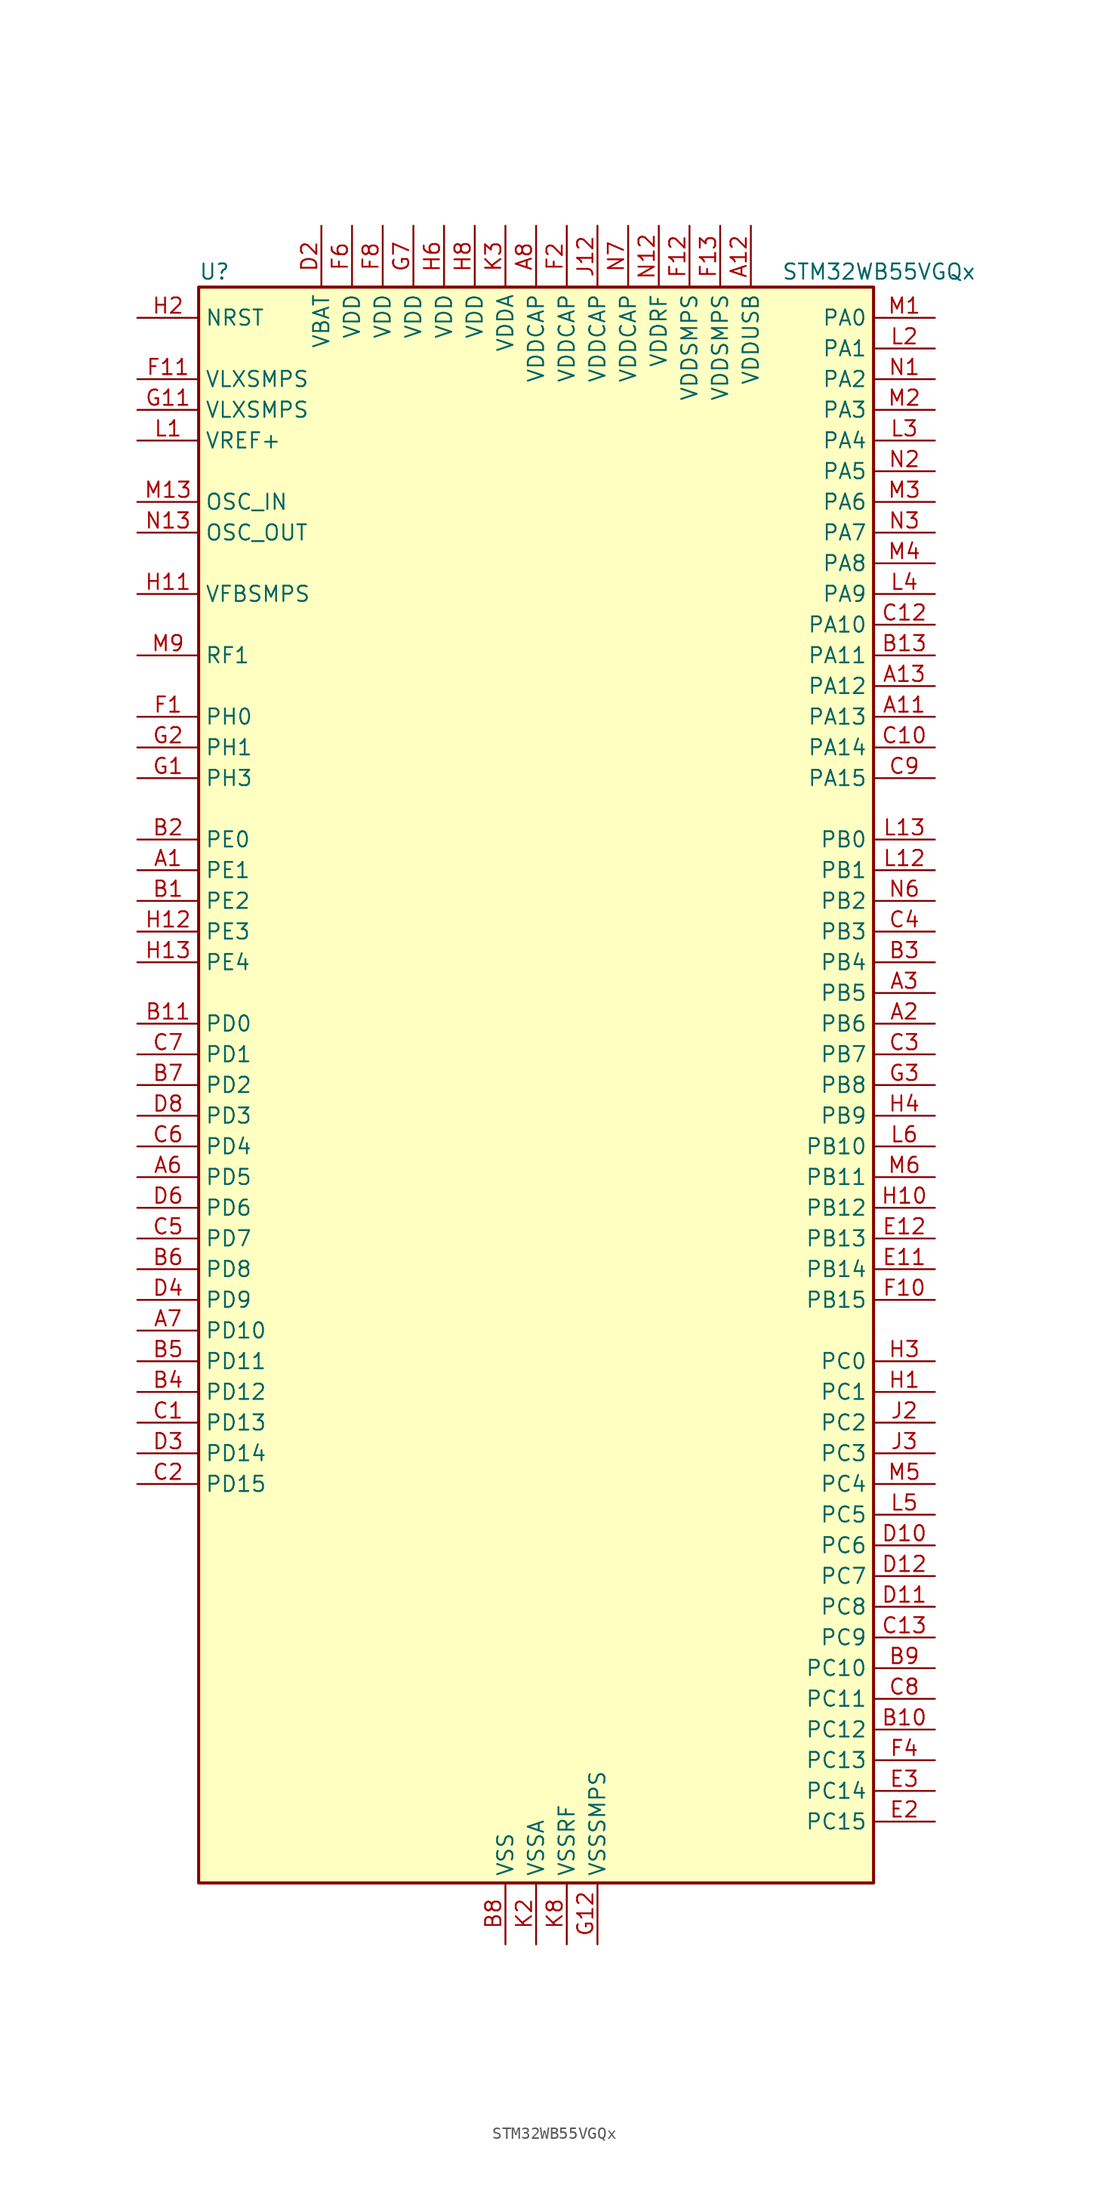
<source format=kicad_sym>
(kicad_symbol_lib
  (version 20231120)
  (generator "kicad_symbol_editor")
  (generator_version "8.0")
  (symbol "STM32WB55VGQx"
    (property "Reference" "U"
      (at -27.94 67.31 0)
      (effects (font (size 1.27 1.27)) (justify left)))
    (property "Value" "STM32WB55VGQx"
      (at 20.32 67.31 0)
      (effects (font (size 1.27 1.27)) (justify left)))
    (property "ki_locked" ""
      (at 0 0 0)
      (effects (font (size 1.27 1.27))))
    (symbol "STM32WB55VGQx_0_1"
      (rectangle (start -27.94 -66.04) (end 27.94 66.04) (stroke (width 0.254) (type default)) (fill (type background))))
    (symbol "STM32WB55VGQx_1_1"
      (pin bidirectional line (at -33.02 17.78 0) (length 5.08) (name "PE1" (effects (font (size 1.27 1.27)))) (number "A1" (effects (font (size 1.27 1.27)))) (alternate "LCD_SEG37" bidirectional line) (alternate "TIM17_CH1" bidirectional line) (alternate "TSC_G7_IO2" bidirectional line))
      (pin bidirectional line (at 33.02 30.48 180) (length 5.08) (name "PA13" (effects (font (size 1.27 1.27)))) (number "A11" (effects (font (size 1.27 1.27)))) (alternate "IR_OUT" bidirectional line) (alternate "SAI1_SD_B" bidirectional line) (alternate "SYS_JTMS-SWDIO" bidirectional line) (alternate "USB_NOE" bidirectional line))
      (pin power_in line (at 17.78 71.12 270) (length 5.08) (name "VDDUSB" (effects (font (size 1.27 1.27)))) (number "A12" (effects (font (size 1.27 1.27)))))
      (pin bidirectional line (at 33.02 33.02 180) (length 5.08) (name "PA12" (effects (font (size 1.27 1.27)))) (number "A13" (effects (font (size 1.27 1.27)))) (alternate "LPUART1_RX" bidirectional line) (alternate "SPI1_MOSI" bidirectional line) (alternate "TIM1_ETR" bidirectional line) (alternate "USART1_DE" bidirectional line) (alternate "USART1_RTS" bidirectional line) (alternate "USB_DP" bidirectional line))
      (pin bidirectional line (at 33.02 5.08 180) (length 5.08) (name "PB6" (effects (font (size 1.27 1.27)))) (number "A2" (effects (font (size 1.27 1.27)))) (alternate "COMP2_INP" bidirectional line) (alternate "I2C1_SCL" bidirectional line) (alternate "LCD_SEG6" bidirectional line) (alternate "LPTIM1_ETR" bidirectional line) (alternate "RCC_MCO" bidirectional line) (alternate "SAI1_FS_B" bidirectional line) (alternate "TIM16_CH1N" bidirectional line) (alternate "TSC_G2_IO3" bidirectional line) (alternate "USART1_TX" bidirectional line))
      (pin bidirectional line (at 33.02 7.62 180) (length 5.08) (name "PB5" (effects (font (size 1.27 1.27)))) (number "A3" (effects (font (size 1.27 1.27)))) (alternate "COMP2_OUT" bidirectional line) (alternate "I2C1_SMBA" bidirectional line) (alternate "LCD_SEG9" bidirectional line) (alternate "LPTIM1_IN1" bidirectional line) (alternate "LPUART1_TX" bidirectional line) (alternate "SAI1_SD_B" bidirectional line) (alternate "SPI1_MOSI" bidirectional line) (alternate "TIM16_BKIN" bidirectional line) (alternate "TSC_G2_IO2" bidirectional line) (alternate "USART1_CK" bidirectional line))
      (pin bidirectional line (at -33.02 -7.62 0) (length 5.08) (name "PD5" (effects (font (size 1.27 1.27)))) (number "A6" (effects (font (size 1.27 1.27)))) (alternate "QUADSPI_BK1_IO1" bidirectional line) (alternate "SAI1_MCLK_B" bidirectional line) (alternate "TSC_G5_IO2" bidirectional line))
      (pin bidirectional line (at -33.02 -20.32 0) (length 5.08) (name "PD10" (effects (font (size 1.27 1.27)))) (number "A7" (effects (font (size 1.27 1.27)))) (alternate "LCD_SEG30" bidirectional line) (alternate "SYS_TRIG_INOUT" bidirectional line) (alternate "TSC_G6_IO1" bidirectional line))
      (pin power_in line (at 0 71.12 270) (length 5.08) (name "VDDCAP" (effects (font (size 1.27 1.27)))) (number "A8" (effects (font (size 1.27 1.27)))))
      (pin bidirectional line (at -33.02 15.24 0) (length 5.08) (name "PE2" (effects (font (size 1.27 1.27)))) (number "B1" (effects (font (size 1.27 1.27)))) (alternate "LCD_SEG38" bidirectional line) (alternate "SAI1_CK1" bidirectional line) (alternate "SAI1_MCLK_A" bidirectional line) (alternate "SYS_TRACECLK" bidirectional line) (alternate "TSC_G7_IO1" bidirectional line))
      (pin bidirectional line (at 33.02 -53.34 180) (length 5.08) (name "PC12" (effects (font (size 1.27 1.27)))) (number "B10" (effects (font (size 1.27 1.27)))) (alternate "LCD_COM6" bidirectional line) (alternate "LCD_SEG30" bidirectional line) (alternate "LCD_SEG42" bidirectional line) (alternate "RCC_LSCO" bidirectional line) (alternate "RTC_TAMP3" bidirectional line) (alternate "SYS_TRACED3" bidirectional line) (alternate "SYS_WKUP3" bidirectional line) (alternate "TSC_G3_IO4" bidirectional line))
      (pin bidirectional line (at -33.02 5.08 0) (length 5.08) (name "PD0" (effects (font (size 1.27 1.27)))) (number "B11" (effects (font (size 1.27 1.27)))) (alternate "SPI2_NSS" bidirectional line))
      (pin passive line (at -2.54 -71.12 90) (length 5.08) hide (name "VSS" (effects (font (size 1.27 1.27)))) (number "B12" (effects (font (size 1.27 1.27)))))
      (pin bidirectional line (at 33.02 35.56 180) (length 5.08) (name "PA11" (effects (font (size 1.27 1.27)))) (number "B13" (effects (font (size 1.27 1.27)))) (alternate "ADC1_EXTI11" bidirectional line) (alternate "SPI1_MISO" bidirectional line) (alternate "TIM1_BKIN2" bidirectional line) (alternate "TIM1_CH4" bidirectional line) (alternate "USART1_CTS" bidirectional line) (alternate "USART1_NSS" bidirectional line) (alternate "USB_DM" bidirectional line))
      (pin bidirectional line (at -33.02 20.32 0) (length 5.08) (name "PE0" (effects (font (size 1.27 1.27)))) (number "B2" (effects (font (size 1.27 1.27)))) (alternate "LCD_SEG36" bidirectional line) (alternate "TIM16_CH1" bidirectional line) (alternate "TIM1_ETR" bidirectional line) (alternate "TSC_G7_IO3" bidirectional line))
      (pin bidirectional line (at 33.02 10.16 180) (length 5.08) (name "PB4" (effects (font (size 1.27 1.27)))) (number "B3" (effects (font (size 1.27 1.27)))) (alternate "COMP2_INP" bidirectional line) (alternate "I2C3_SDA" bidirectional line) (alternate "LCD_SEG8" bidirectional line) (alternate "SAI1_MCLK_B" bidirectional line) (alternate "SPI1_MISO" bidirectional line) (alternate "SYS_JTRST" bidirectional line) (alternate "TIM17_BKIN" bidirectional line) (alternate "TSC_G2_IO1" bidirectional line) (alternate "USART1_CTS" bidirectional line) (alternate "USART1_NSS" bidirectional line))
      (pin bidirectional line (at -33.02 -25.4 0) (length 5.08) (name "PD12" (effects (font (size 1.27 1.27)))) (number "B4" (effects (font (size 1.27 1.27)))) (alternate "LCD_SEG32" bidirectional line) (alternate "LPTIM2_IN1" bidirectional line) (alternate "TSC_G6_IO3" bidirectional line))
      (pin bidirectional line (at -33.02 -22.86 0) (length 5.08) (name "PD11" (effects (font (size 1.27 1.27)))) (number "B5" (effects (font (size 1.27 1.27)))) (alternate "ADC1_EXTI11" bidirectional line) (alternate "LCD_SEG31" bidirectional line) (alternate "LPTIM2_ETR" bidirectional line) (alternate "TSC_G6_IO2" bidirectional line))
      (pin bidirectional line (at -33.02 -15.24 0) (length 5.08) (name "PD8" (effects (font (size 1.27 1.27)))) (number "B6" (effects (font (size 1.27 1.27)))) (alternate "LCD_SEG28" bidirectional line) (alternate "TIM1_BKIN2" bidirectional line))
      (pin bidirectional line (at -33.02 0 0) (length 5.08) (name "PD2" (effects (font (size 1.27 1.27)))) (number "B7" (effects (font (size 1.27 1.27)))) (alternate "LCD_COM7" bidirectional line) (alternate "LCD_SEG31" bidirectional line) (alternate "LCD_SEG43" bidirectional line) (alternate "SYS_TRACED2" bidirectional line) (alternate "TSC_SYNC" bidirectional line))
      (pin power_in line (at -2.54 -71.12 90) (length 5.08) (name "VSS" (effects (font (size 1.27 1.27)))) (number "B8" (effects (font (size 1.27 1.27)))))
      (pin bidirectional line (at 33.02 -48.26 180) (length 5.08) (name "PC10" (effects (font (size 1.27 1.27)))) (number "B9" (effects (font (size 1.27 1.27)))) (alternate "LCD_COM4" bidirectional line) (alternate "LCD_SEG28" bidirectional line) (alternate "LCD_SEG40" bidirectional line) (alternate "SYS_TRACED1" bidirectional line) (alternate "TSC_G3_IO2" bidirectional line))
      (pin bidirectional line (at -33.02 -27.94 0) (length 5.08) (name "PD13" (effects (font (size 1.27 1.27)))) (number "C1" (effects (font (size 1.27 1.27)))) (alternate "LCD_SEG33" bidirectional line) (alternate "LPTIM2_OUT" bidirectional line) (alternate "TSC_G6_IO4" bidirectional line))
      (pin bidirectional line (at 33.02 27.94 180) (length 5.08) (name "PA14" (effects (font (size 1.27 1.27)))) (number "C10" (effects (font (size 1.27 1.27)))) (alternate "I2C1_SMBA" bidirectional line) (alternate "LCD_SEG5" bidirectional line) (alternate "LPTIM1_OUT" bidirectional line) (alternate "SAI1_FS_B" bidirectional line) (alternate "SYS_JTCK-SWCLK" bidirectional line))
      (pin passive line (at -2.54 -71.12 90) (length 5.08) hide (name "VSS" (effects (font (size 1.27 1.27)))) (number "C11" (effects (font (size 1.27 1.27)))))
      (pin bidirectional line (at 33.02 38.1 180) (length 5.08) (name "PA10" (effects (font (size 1.27 1.27)))) (number "C12" (effects (font (size 1.27 1.27)))) (alternate "CRS_SYNC" bidirectional line) (alternate "I2C1_SDA" bidirectional line) (alternate "LCD_COM2" bidirectional line) (alternate "SAI1_D1" bidirectional line) (alternate "SAI1_SD_A" bidirectional line) (alternate "TIM17_BKIN" bidirectional line) (alternate "TIM1_CH3" bidirectional line) (alternate "USART1_RX" bidirectional line))
      (pin bidirectional line (at 33.02 -45.72 180) (length 5.08) (name "PC9" (effects (font (size 1.27 1.27)))) (number "C13" (effects (font (size 1.27 1.27)))) (alternate "LCD_SEG27" bidirectional line) (alternate "SAI1_SCK_B" bidirectional line) (alternate "TIM1_BKIN" bidirectional line) (alternate "TSC_G4_IO4" bidirectional line) (alternate "USB_NOE" bidirectional line))
      (pin bidirectional line (at -33.02 -33.02 0) (length 5.08) (name "PD15" (effects (font (size 1.27 1.27)))) (number "C2" (effects (font (size 1.27 1.27)))) (alternate "ADC1_EXTI15" bidirectional line) (alternate "LCD_SEG35" bidirectional line) (alternate "TIM1_CH2" bidirectional line))
      (pin bidirectional line (at 33.02 2.54 180) (length 5.08) (name "PB7" (effects (font (size 1.27 1.27)))) (number "C3" (effects (font (size 1.27 1.27)))) (alternate "COMP2_INM" bidirectional line) (alternate "I2C1_SDA" bidirectional line) (alternate "LCD_SEG21" bidirectional line) (alternate "LPTIM1_IN2" bidirectional line) (alternate "SYS_PVD_IN" bidirectional line) (alternate "TIM17_CH1N" bidirectional line) (alternate "TIM1_BKIN" bidirectional line) (alternate "TSC_G2_IO4" bidirectional line) (alternate "USART1_RX" bidirectional line))
      (pin bidirectional line (at 33.02 12.7 180) (length 5.08) (name "PB3" (effects (font (size 1.27 1.27)))) (number "C4" (effects (font (size 1.27 1.27)))) (alternate "COMP2_INM" bidirectional line) (alternate "LCD_SEG7" bidirectional line) (alternate "SAI1_SCK_B" bidirectional line) (alternate "SPI1_SCK" bidirectional line) (alternate "SYS_JTDO-SWO" bidirectional line) (alternate "TIM2_CH2" bidirectional line) (alternate "USART1_DE" bidirectional line) (alternate "USART1_RTS" bidirectional line))
      (pin bidirectional line (at -33.02 -12.7 0) (length 5.08) (name "PD7" (effects (font (size 1.27 1.27)))) (number "C5" (effects (font (size 1.27 1.27)))) (alternate "LCD_SEG39" bidirectional line) (alternate "QUADSPI_BK1_IO3" bidirectional line) (alternate "TSC_G5_IO4" bidirectional line))
      (pin bidirectional line (at -33.02 -5.08 0) (length 5.08) (name "PD4" (effects (font (size 1.27 1.27)))) (number "C6" (effects (font (size 1.27 1.27)))) (alternate "QUADSPI_BK1_IO0" bidirectional line) (alternate "SPI2_MOSI" bidirectional line) (alternate "TSC_G5_IO1" bidirectional line))
      (pin bidirectional line (at -33.02 2.54 0) (length 5.08) (name "PD1" (effects (font (size 1.27 1.27)))) (number "C7" (effects (font (size 1.27 1.27)))) (alternate "SPI2_SCK" bidirectional line))
      (pin bidirectional line (at 33.02 -50.8 180) (length 5.08) (name "PC11" (effects (font (size 1.27 1.27)))) (number "C8" (effects (font (size 1.27 1.27)))) (alternate "ADC1_EXTI11" bidirectional line) (alternate "LCD_COM5" bidirectional line) (alternate "LCD_SEG29" bidirectional line) (alternate "LCD_SEG41" bidirectional line) (alternate "TSC_G3_IO3" bidirectional line))
      (pin bidirectional line (at 33.02 25.4 180) (length 5.08) (name "PA15" (effects (font (size 1.27 1.27)))) (number "C9" (effects (font (size 1.27 1.27)))) (alternate "ADC1_EXTI15" bidirectional line) (alternate "LCD_SEG17" bidirectional line) (alternate "RCC_MCO" bidirectional line) (alternate "SPI1_NSS" bidirectional line) (alternate "SYS_JTDI" bidirectional line) (alternate "TIM2_CH1" bidirectional line) (alternate "TIM2_ETR" bidirectional line) (alternate "TSC_G3_IO1" bidirectional line))
      (pin bidirectional line (at 33.02 -38.1 180) (length 5.08) (name "PC6" (effects (font (size 1.27 1.27)))) (number "D10" (effects (font (size 1.27 1.27)))) (alternate "LCD_SEG24" bidirectional line) (alternate "TSC_G4_IO1" bidirectional line))
      (pin bidirectional line (at 33.02 -43.18 180) (length 5.08) (name "PC8" (effects (font (size 1.27 1.27)))) (number "D11" (effects (font (size 1.27 1.27)))) (alternate "LCD_SEG26" bidirectional line) (alternate "TSC_G4_IO3" bidirectional line))
      (pin bidirectional line (at 33.02 -40.64 180) (length 5.08) (name "PC7" (effects (font (size 1.27 1.27)))) (number "D12" (effects (font (size 1.27 1.27)))) (alternate "LCD_SEG25" bidirectional line) (alternate "TSC_G4_IO2" bidirectional line))
      (pin power_in line (at -17.78 71.12 270) (length 5.08) (name "VBAT" (effects (font (size 1.27 1.27)))) (number "D2" (effects (font (size 1.27 1.27)))))
      (pin bidirectional line (at -33.02 -30.48 0) (length 5.08) (name "PD14" (effects (font (size 1.27 1.27)))) (number "D3" (effects (font (size 1.27 1.27)))) (alternate "LCD_SEG34" bidirectional line) (alternate "TIM1_CH1" bidirectional line))
      (pin bidirectional line (at -33.02 -17.78 0) (length 5.08) (name "PD9" (effects (font (size 1.27 1.27)))) (number "D4" (effects (font (size 1.27 1.27)))) (alternate "LCD_SEG29" bidirectional line) (alternate "SYS_TRACED0" bidirectional line))
      (pin bidirectional line (at -33.02 -10.16 0) (length 5.08) (name "PD6" (effects (font (size 1.27 1.27)))) (number "D6" (effects (font (size 1.27 1.27)))) (alternate "QUADSPI_BK1_IO2" bidirectional line) (alternate "SAI1_D1" bidirectional line) (alternate "SAI1_SD_A" bidirectional line) (alternate "TSC_G5_IO3" bidirectional line))
      (pin bidirectional line (at -33.02 -2.54 0) (length 5.08) (name "PD3" (effects (font (size 1.27 1.27)))) (number "D8" (effects (font (size 1.27 1.27)))) (alternate "QUADSPI_BK1_NCS" bidirectional line) (alternate "SPI2_MISO" bidirectional line) (alternate "SPI2_SCK" bidirectional line))
      (pin bidirectional line (at 33.02 -15.24 180) (length 5.08) (name "PB14" (effects (font (size 1.27 1.27)))) (number "E11" (effects (font (size 1.27 1.27)))) (alternate "I2C3_SDA" bidirectional line) (alternate "LCD_SEG14" bidirectional line) (alternate "SAI1_MCLK_A" bidirectional line) (alternate "SPI2_MISO" bidirectional line) (alternate "TIM1_CH2N" bidirectional line) (alternate "TSC_G1_IO3" bidirectional line))
      (pin bidirectional line (at 33.02 -12.7 180) (length 5.08) (name "PB13" (effects (font (size 1.27 1.27)))) (number "E12" (effects (font (size 1.27 1.27)))) (alternate "I2C3_SCL" bidirectional line) (alternate "LCD_SEG13" bidirectional line) (alternate "LPUART1_CTS" bidirectional line) (alternate "SAI1_SCK_A" bidirectional line) (alternate "SPI2_SCK" bidirectional line) (alternate "TIM1_CH1N" bidirectional line) (alternate "TSC_G1_IO2" bidirectional line))
      (pin bidirectional line (at 33.02 -60.96 180) (length 5.08) (name "PC15" (effects (font (size 1.27 1.27)))) (number "E2" (effects (font (size 1.27 1.27)))) (alternate "ADC1_EXTI15" bidirectional line) (alternate "RCC_OSC32_OUT" bidirectional line))
      (pin bidirectional line (at 33.02 -58.42 180) (length 5.08) (name "PC14" (effects (font (size 1.27 1.27)))) (number "E3" (effects (font (size 1.27 1.27)))) (alternate "RCC_OSC32_IN" bidirectional line))
      (pin passive line (at -2.54 -71.12 90) (length 5.08) hide (name "VSS" (effects (font (size 1.27 1.27)))) (number "E5" (effects (font (size 1.27 1.27)))))
      (pin passive line (at -2.54 -71.12 90) (length 5.08) hide (name "VSS" (effects (font (size 1.27 1.27)))) (number "E7" (effects (font (size 1.27 1.27)))))
      (pin passive line (at -2.54 -71.12 90) (length 5.08) hide (name "VSS" (effects (font (size 1.27 1.27)))) (number "E9" (effects (font (size 1.27 1.27)))))
      (pin bidirectional line (at -33.02 30.48 0) (length 5.08) (name "PH0" (effects (font (size 1.27 1.27)))) (number "F1" (effects (font (size 1.27 1.27)))))
      (pin bidirectional line (at 33.02 -17.78 180) (length 5.08) (name "PB15" (effects (font (size 1.27 1.27)))) (number "F10" (effects (font (size 1.27 1.27)))) (alternate "ADC1_EXTI15" bidirectional line) (alternate "LCD_SEG15" bidirectional line) (alternate "RTC_REFIN" bidirectional line) (alternate "SAI1_SD_A" bidirectional line) (alternate "SPI2_MOSI" bidirectional line) (alternate "TIM1_CH3N" bidirectional line) (alternate "TSC_G1_IO4" bidirectional line))
      (pin power_in line (at -33.02 58.42 0) (length 5.08) (name "VLXSMPS" (effects (font (size 1.27 1.27)))) (number "F11" (effects (font (size 1.27 1.27)))))
      (pin power_in line (at 12.7 71.12 270) (length 5.08) (name "VDDSMPS" (effects (font (size 1.27 1.27)))) (number "F12" (effects (font (size 1.27 1.27)))))
      (pin power_in line (at 15.24 71.12 270) (length 5.08) (name "VDDSMPS" (effects (font (size 1.27 1.27)))) (number "F13" (effects (font (size 1.27 1.27)))))
      (pin power_in line (at 2.54 71.12 270) (length 5.08) (name "VDDCAP" (effects (font (size 1.27 1.27)))) (number "F2" (effects (font (size 1.27 1.27)))))
      (pin passive line (at -2.54 -71.12 90) (length 5.08) hide (name "VSS" (effects (font (size 1.27 1.27)))) (number "F3" (effects (font (size 1.27 1.27)))))
      (pin bidirectional line (at 33.02 -55.88 180) (length 5.08) (name "PC13" (effects (font (size 1.27 1.27)))) (number "F4" (effects (font (size 1.27 1.27)))) (alternate "RTC_OUT1" bidirectional line) (alternate "RTC_TAMP1" bidirectional line) (alternate "RTC_TS" bidirectional line) (alternate "SYS_WKUP2" bidirectional line))
      (pin power_in line (at -15.24 71.12 270) (length 5.08) (name "VDD" (effects (font (size 1.27 1.27)))) (number "F6" (effects (font (size 1.27 1.27)))))
      (pin power_in line (at -12.7 71.12 270) (length 5.08) (name "VDD" (effects (font (size 1.27 1.27)))) (number "F8" (effects (font (size 1.27 1.27)))))
      (pin bidirectional line (at -33.02 25.4 0) (length 5.08) (name "PH3" (effects (font (size 1.27 1.27)))) (number "G1" (effects (font (size 1.27 1.27)))) (alternate "RCC_LSCO" bidirectional line))
      (pin power_in line (at -33.02 55.88 0) (length 5.08) (name "VLXSMPS" (effects (font (size 1.27 1.27)))) (number "G11" (effects (font (size 1.27 1.27)))))
      (pin power_in line (at 5.08 -71.12 90) (length 5.08) (name "VSSSMPS" (effects (font (size 1.27 1.27)))) (number "G12" (effects (font (size 1.27 1.27)))))
      (pin passive line (at 5.08 -71.12 90) (length 5.08) hide (name "VSSSMPS" (effects (font (size 1.27 1.27)))) (number "G13" (effects (font (size 1.27 1.27)))))
      (pin bidirectional line (at -33.02 27.94 0) (length 5.08) (name "PH1" (effects (font (size 1.27 1.27)))) (number "G2" (effects (font (size 1.27 1.27)))))
      (pin bidirectional line (at 33.02 0 180) (length 5.08) (name "PB8" (effects (font (size 1.27 1.27)))) (number "G3" (effects (font (size 1.27 1.27)))) (alternate "I2C1_SCL" bidirectional line) (alternate "LCD_SEG16" bidirectional line) (alternate "QUADSPI_BK1_IO1" bidirectional line) (alternate "SAI1_CK1" bidirectional line) (alternate "SAI1_MCLK_A" bidirectional line) (alternate "TIM16_CH1" bidirectional line) (alternate "TIM1_CH2N" bidirectional line))
      (pin passive line (at -2.54 -71.12 90) (length 5.08) hide (name "VSS" (effects (font (size 1.27 1.27)))) (number "G5" (effects (font (size 1.27 1.27)))))
      (pin power_in line (at -10.16 71.12 270) (length 5.08) (name "VDD" (effects (font (size 1.27 1.27)))) (number "G7" (effects (font (size 1.27 1.27)))))
      (pin passive line (at -2.54 -71.12 90) (length 5.08) hide (name "VSS" (effects (font (size 1.27 1.27)))) (number "G9" (effects (font (size 1.27 1.27)))))
      (pin bidirectional line (at 33.02 -25.4 180) (length 5.08) (name "PC1" (effects (font (size 1.27 1.27)))) (number "H1" (effects (font (size 1.27 1.27)))) (alternate "ADC1_IN2" bidirectional line) (alternate "I2C3_SDA" bidirectional line) (alternate "LCD_SEG19" bidirectional line) (alternate "LPTIM1_OUT" bidirectional line) (alternate "LPUART1_TX" bidirectional line) (alternate "SPI2_MOSI" bidirectional line))
      (pin bidirectional line (at 33.02 -10.16 180) (length 5.08) (name "PB12" (effects (font (size 1.27 1.27)))) (number "H10" (effects (font (size 1.27 1.27)))) (alternate "I2C3_SMBA" bidirectional line) (alternate "LCD_SEG12" bidirectional line) (alternate "LPUART1_DE" bidirectional line) (alternate "LPUART1_RTS" bidirectional line) (alternate "SAI1_FS_A" bidirectional line) (alternate "SPI2_NSS" bidirectional line) (alternate "TIM1_BKIN" bidirectional line) (alternate "TSC_G1_IO1" bidirectional line))
      (pin input line (at -33.02 40.64 0) (length 5.08) (name "VFBSMPS" (effects (font (size 1.27 1.27)))) (number "H11" (effects (font (size 1.27 1.27)))))
      (pin bidirectional line (at -33.02 12.7 0) (length 5.08) (name "PE3" (effects (font (size 1.27 1.27)))) (number "H12" (effects (font (size 1.27 1.27)))))
      (pin bidirectional line (at -33.02 10.16 0) (length 5.08) (name "PE4" (effects (font (size 1.27 1.27)))) (number "H13" (effects (font (size 1.27 1.27)))))
      (pin input line (at -33.02 63.5 0) (length 5.08) (name "NRST" (effects (font (size 1.27 1.27)))) (number "H2" (effects (font (size 1.27 1.27)))))
      (pin bidirectional line (at 33.02 -22.86 180) (length 5.08) (name "PC0" (effects (font (size 1.27 1.27)))) (number "H3" (effects (font (size 1.27 1.27)))) (alternate "ADC1_IN1" bidirectional line) (alternate "I2C3_SCL" bidirectional line) (alternate "LCD_SEG18" bidirectional line) (alternate "LPTIM1_IN1" bidirectional line) (alternate "LPTIM2_IN1" bidirectional line) (alternate "LPUART1_RX" bidirectional line))
      (pin bidirectional line (at 33.02 -2.54 180) (length 5.08) (name "PB9" (effects (font (size 1.27 1.27)))) (number "H4" (effects (font (size 1.27 1.27)))) (alternate "I2C1_SDA" bidirectional line) (alternate "IR_OUT" bidirectional line) (alternate "LCD_COM3" bidirectional line) (alternate "QUADSPI_BK1_IO0" bidirectional line) (alternate "SAI1_D2" bidirectional line) (alternate "SAI1_FS_A" bidirectional line) (alternate "SPI2_NSS" bidirectional line) (alternate "TIM17_CH1" bidirectional line) (alternate "TIM1_CH3N" bidirectional line) (alternate "TSC_G7_IO4" bidirectional line))
      (pin power_in line (at -7.62 71.12 270) (length 5.08) (name "VDD" (effects (font (size 1.27 1.27)))) (number "H6" (effects (font (size 1.27 1.27)))))
      (pin power_in line (at -5.08 71.12 270) (length 5.08) (name "VDD" (effects (font (size 1.27 1.27)))) (number "H8" (effects (font (size 1.27 1.27)))))
      (pin passive line (at -2.54 -71.12 90) (length 5.08) hide (name "VSS" (effects (font (size 1.27 1.27)))) (number "J11" (effects (font (size 1.27 1.27)))))
      (pin power_in line (at 5.08 71.12 270) (length 5.08) (name "VDDCAP" (effects (font (size 1.27 1.27)))) (number "J12" (effects (font (size 1.27 1.27)))))
      (pin bidirectional line (at 33.02 -27.94 180) (length 5.08) (name "PC2" (effects (font (size 1.27 1.27)))) (number "J2" (effects (font (size 1.27 1.27)))) (alternate "ADC1_IN3" bidirectional line) (alternate "LCD_SEG20" bidirectional line) (alternate "LPTIM1_IN2" bidirectional line) (alternate "SPI2_MISO" bidirectional line))
      (pin bidirectional line (at 33.02 -30.48 180) (length 5.08) (name "PC3" (effects (font (size 1.27 1.27)))) (number "J3" (effects (font (size 1.27 1.27)))) (alternate "ADC1_IN4" bidirectional line) (alternate "LCD_VLCD" bidirectional line) (alternate "LPTIM1_ETR" bidirectional line) (alternate "LPTIM2_ETR" bidirectional line) (alternate "SAI1_D1" bidirectional line) (alternate "SAI1_SD_A" bidirectional line) (alternate "SPI2_MOSI" bidirectional line))
      (pin passive line (at -2.54 -71.12 90) (length 5.08) hide (name "VSS" (effects (font (size 1.27 1.27)))) (number "J5" (effects (font (size 1.27 1.27)))))
      (pin passive line (at -2.54 -71.12 90) (length 5.08) hide (name "VSS" (effects (font (size 1.27 1.27)))) (number "J7" (effects (font (size 1.27 1.27)))))
      (pin passive line (at -2.54 -71.12 90) (length 5.08) hide (name "VSS" (effects (font (size 1.27 1.27)))) (number "J9" (effects (font (size 1.27 1.27)))))
      (pin passive line (at 2.54 -71.12 90) (length 5.08) hide (name "VSSRF" (effects (font (size 1.27 1.27)))) (number "K10" (effects (font (size 1.27 1.27)))))
      (pin no_connect line (at -27.94 -66.04 0) (length 5.08) hide (name "AT0" (effects (font (size 1.27 1.27)))) (number "K11" (effects (font (size 1.27 1.27)))))
      (pin no_connect line (at -27.94 -63.5 0) (length 5.08) hide (name "AT1" (effects (font (size 1.27 1.27)))) (number "K12" (effects (font (size 1.27 1.27)))))
      (pin power_in line (at 0 -71.12 90) (length 5.08) (name "VSSA" (effects (font (size 1.27 1.27)))) (number "K2" (effects (font (size 1.27 1.27)))))
      (pin power_in line (at -2.54 71.12 270) (length 5.08) (name "VDDA" (effects (font (size 1.27 1.27)))) (number "K3" (effects (font (size 1.27 1.27)))))
      (pin passive line (at -2.54 -71.12 90) (length 5.08) hide (name "VSS" (effects (font (size 1.27 1.27)))) (number "K4" (effects (font (size 1.27 1.27)))))
      (pin passive line (at -2.54 -71.12 90) (length 5.08) hide (name "VSS" (effects (font (size 1.27 1.27)))) (number "K6" (effects (font (size 1.27 1.27)))))
      (pin power_in line (at 2.54 -71.12 90) (length 5.08) (name "VSSRF" (effects (font (size 1.27 1.27)))) (number "K8" (effects (font (size 1.27 1.27)))))
      (pin input line (at -33.02 53.34 0) (length 5.08) (name "VREF+" (effects (font (size 1.27 1.27)))) (number "L1" (effects (font (size 1.27 1.27)))) (alternate "VREFBUF_OUT" bidirectional line))
      (pin passive line (at 2.54 -71.12 90) (length 5.08) hide (name "VSSRF" (effects (font (size 1.27 1.27)))) (number "L10" (effects (font (size 1.27 1.27)))))
      (pin passive line (at 2.54 -71.12 90) (length 5.08) hide (name "VSSRF" (effects (font (size 1.27 1.27)))) (number "L11" (effects (font (size 1.27 1.27)))))
      (pin bidirectional line (at 33.02 17.78 180) (length 5.08) (name "PB1" (effects (font (size 1.27 1.27)))) (number "L12" (effects (font (size 1.27 1.27)))) (alternate "LPTIM2_IN1" bidirectional line) (alternate "LPUART1_DE" bidirectional line) (alternate "LPUART1_RTS" bidirectional line))
      (pin bidirectional line (at 33.02 20.32 180) (length 5.08) (name "PB0" (effects (font (size 1.27 1.27)))) (number "L13" (effects (font (size 1.27 1.27)))) (alternate "COMP1_OUT" bidirectional line) (alternate "RF_TX_MOD_EXT_PA" bidirectional line))
      (pin bidirectional line (at 33.02 60.96 180) (length 5.08) (name "PA1" (effects (font (size 1.27 1.27)))) (number "L2" (effects (font (size 1.27 1.27)))) (alternate "ADC1_IN6" bidirectional line) (alternate "COMP1_INP" bidirectional line) (alternate "I2C1_SMBA" bidirectional line) (alternate "LCD_SEG0" bidirectional line) (alternate "SPI1_SCK" bidirectional line) (alternate "TIM2_CH2" bidirectional line))
      (pin bidirectional line (at 33.02 53.34 180) (length 5.08) (name "PA4" (effects (font (size 1.27 1.27)))) (number "L3" (effects (font (size 1.27 1.27)))) (alternate "ADC1_IN9" bidirectional line) (alternate "COMP1_INM" bidirectional line) (alternate "COMP2_INM" bidirectional line) (alternate "LCD_SEG5" bidirectional line) (alternate "LPTIM2_OUT" bidirectional line) (alternate "SAI1_FS_B" bidirectional line) (alternate "SPI1_NSS" bidirectional line))
      (pin bidirectional line (at 33.02 40.64 180) (length 5.08) (name "PA9" (effects (font (size 1.27 1.27)))) (number "L4" (effects (font (size 1.27 1.27)))) (alternate "ADC1_IN16" bidirectional line) (alternate "COMP1_INM" bidirectional line) (alternate "I2C1_SCL" bidirectional line) (alternate "LCD_COM1" bidirectional line) (alternate "SAI1_D2" bidirectional line) (alternate "SAI1_FS_A" bidirectional line) (alternate "SPI2_SCK" bidirectional line) (alternate "TIM1_CH2" bidirectional line) (alternate "USART1_TX" bidirectional line))
      (pin bidirectional line (at 33.02 -35.56 180) (length 5.08) (name "PC5" (effects (font (size 1.27 1.27)))) (number "L5" (effects (font (size 1.27 1.27)))) (alternate "ADC1_IN14" bidirectional line) (alternate "COMP1_INP" bidirectional line) (alternate "LCD_SEG23" bidirectional line) (alternate "SAI1_D3" bidirectional line) (alternate "SYS_WKUP5" bidirectional line))
      (pin bidirectional line (at 33.02 -5.08 180) (length 5.08) (name "PB10" (effects (font (size 1.27 1.27)))) (number "L6" (effects (font (size 1.27 1.27)))) (alternate "COMP1_OUT" bidirectional line) (alternate "I2C3_SCL" bidirectional line) (alternate "LCD_SEG10" bidirectional line) (alternate "LPUART1_RX" bidirectional line) (alternate "QUADSPI_CLK" bidirectional line) (alternate "SAI1_SCK_A" bidirectional line) (alternate "SPI2_SCK" bidirectional line) (alternate "TIM2_CH3" bidirectional line) (alternate "TSC_SYNC" bidirectional line))
      (pin passive line (at 2.54 -71.12 90) (length 5.08) hide (name "VSSRF" (effects (font (size 1.27 1.27)))) (number "L7" (effects (font (size 1.27 1.27)))))
      (pin passive line (at 2.54 -71.12 90) (length 5.08) hide (name "VSSRF" (effects (font (size 1.27 1.27)))) (number "L8" (effects (font (size 1.27 1.27)))))
      (pin passive line (at 2.54 -71.12 90) (length 5.08) hide (name "VSSRF" (effects (font (size 1.27 1.27)))) (number "L9" (effects (font (size 1.27 1.27)))))
      (pin bidirectional line (at 33.02 63.5 180) (length 5.08) (name "PA0" (effects (font (size 1.27 1.27)))) (number "M1" (effects (font (size 1.27 1.27)))) (alternate "ADC1_IN5" bidirectional line) (alternate "COMP1_INM" bidirectional line) (alternate "COMP1_OUT" bidirectional line) (alternate "RTC_TAMP2" bidirectional line) (alternate "SAI1_EXTCLK" bidirectional line) (alternate "SYS_WKUP1" bidirectional line) (alternate "TIM2_CH1" bidirectional line) (alternate "TIM2_ETR" bidirectional line))
      (pin passive line (at 2.54 -71.12 90) (length 5.08) hide (name "VSSRF" (effects (font (size 1.27 1.27)))) (number "M10" (effects (font (size 1.27 1.27)))))
      (pin passive line (at 2.54 -71.12 90) (length 5.08) hide (name "VSSRF" (effects (font (size 1.27 1.27)))) (number "M11" (effects (font (size 1.27 1.27)))))
      (pin passive line (at 2.54 -71.12 90) (length 5.08) hide (name "VSSRF" (effects (font (size 1.27 1.27)))) (number "M12" (effects (font (size 1.27 1.27)))))
      (pin input line (at -33.02 48.26 0) (length 5.08) (name "OSC_IN" (effects (font (size 1.27 1.27)))) (number "M13" (effects (font (size 1.27 1.27)))) (alternate "RCC_OSC_IN" bidirectional line))
      (pin bidirectional line (at 33.02 55.88 180) (length 5.08) (name "PA3" (effects (font (size 1.27 1.27)))) (number "M2" (effects (font (size 1.27 1.27)))) (alternate "ADC1_IN8" bidirectional line) (alternate "COMP2_INP" bidirectional line) (alternate "LCD_SEG2" bidirectional line) (alternate "LPUART1_RX" bidirectional line) (alternate "QUADSPI_CLK" bidirectional line) (alternate "SAI1_CK1" bidirectional line) (alternate "SAI1_MCLK_A" bidirectional line) (alternate "TIM2_CH4" bidirectional line))
      (pin bidirectional line (at 33.02 48.26 180) (length 5.08) (name "PA6" (effects (font (size 1.27 1.27)))) (number "M3" (effects (font (size 1.27 1.27)))) (alternate "ADC1_IN11" bidirectional line) (alternate "LCD_SEG3" bidirectional line) (alternate "LPUART1_CTS" bidirectional line) (alternate "QUADSPI_BK1_IO3" bidirectional line) (alternate "SPI1_MISO" bidirectional line) (alternate "TIM16_CH1" bidirectional line) (alternate "TIM1_BKIN" bidirectional line))
      (pin bidirectional line (at 33.02 43.18 180) (length 5.08) (name "PA8" (effects (font (size 1.27 1.27)))) (number "M4" (effects (font (size 1.27 1.27)))) (alternate "ADC1_IN15" bidirectional line) (alternate "LCD_COM0" bidirectional line) (alternate "LPTIM2_OUT" bidirectional line) (alternate "RCC_MCO" bidirectional line) (alternate "SAI1_CK2" bidirectional line) (alternate "SAI1_SCK_A" bidirectional line) (alternate "TIM1_CH1" bidirectional line) (alternate "USART1_CK" bidirectional line))
      (pin bidirectional line (at 33.02 -33.02 180) (length 5.08) (name "PC4" (effects (font (size 1.27 1.27)))) (number "M5" (effects (font (size 1.27 1.27)))) (alternate "ADC1_IN13" bidirectional line) (alternate "COMP1_INM" bidirectional line) (alternate "LCD_SEG22" bidirectional line))
      (pin bidirectional line (at 33.02 -7.62 180) (length 5.08) (name "PB11" (effects (font (size 1.27 1.27)))) (number "M6" (effects (font (size 1.27 1.27)))) (alternate "ADC1_EXTI11" bidirectional line) (alternate "COMP2_OUT" bidirectional line) (alternate "I2C3_SDA" bidirectional line) (alternate "LCD_SEG11" bidirectional line) (alternate "LPUART1_TX" bidirectional line) (alternate "QUADSPI_BK1_NCS" bidirectional line) (alternate "TIM2_CH4" bidirectional line))
      (pin passive line (at -2.54 -71.12 90) (length 5.08) hide (name "VSS" (effects (font (size 1.27 1.27)))) (number "M7" (effects (font (size 1.27 1.27)))))
      (pin passive line (at 2.54 -71.12 90) (length 5.08) hide (name "VSSRF" (effects (font (size 1.27 1.27)))) (number "M8" (effects (font (size 1.27 1.27)))))
      (pin bidirectional line (at -33.02 35.56 0) (length 5.08) (name "RF1" (effects (font (size 1.27 1.27)))) (number "M9" (effects (font (size 1.27 1.27)))) (alternate "RF_RF1" bidirectional line))
      (pin bidirectional line (at 33.02 58.42 180) (length 5.08) (name "PA2" (effects (font (size 1.27 1.27)))) (number "N1" (effects (font (size 1.27 1.27)))) (alternate "ADC1_IN7" bidirectional line) (alternate "COMP2_INM" bidirectional line) (alternate "COMP2_OUT" bidirectional line) (alternate "LCD_SEG1" bidirectional line) (alternate "LPUART1_TX" bidirectional line) (alternate "QUADSPI_BK1_NCS" bidirectional line) (alternate "RCC_LSCO" bidirectional line) (alternate "SYS_WKUP4" bidirectional line) (alternate "TIM2_CH3" bidirectional line))
      (pin passive line (at 2.54 -71.12 90) (length 5.08) hide (name "VSSRF" (effects (font (size 1.27 1.27)))) (number "N11" (effects (font (size 1.27 1.27)))))
      (pin power_in line (at 10.16 71.12 270) (length 5.08) (name "VDDRF" (effects (font (size 1.27 1.27)))) (number "N12" (effects (font (size 1.27 1.27)))))
      (pin input line (at -33.02 45.72 0) (length 5.08) (name "OSC_OUT" (effects (font (size 1.27 1.27)))) (number "N13" (effects (font (size 1.27 1.27)))) (alternate "RCC_OSC_OUT" bidirectional line))
      (pin bidirectional line (at 33.02 50.8 180) (length 5.08) (name "PA5" (effects (font (size 1.27 1.27)))) (number "N2" (effects (font (size 1.27 1.27)))) (alternate "ADC1_IN10" bidirectional line) (alternate "COMP1_INM" bidirectional line) (alternate "COMP2_INM" bidirectional line) (alternate "LPTIM2_ETR" bidirectional line) (alternate "SAI1_SD_B" bidirectional line) (alternate "SPI1_SCK" bidirectional line) (alternate "TIM2_CH1" bidirectional line) (alternate "TIM2_ETR" bidirectional line))
      (pin bidirectional line (at 33.02 45.72 180) (length 5.08) (name "PA7" (effects (font (size 1.27 1.27)))) (number "N3" (effects (font (size 1.27 1.27)))) (alternate "ADC1_IN12" bidirectional line) (alternate "COMP2_OUT" bidirectional line) (alternate "I2C3_SCL" bidirectional line) (alternate "LCD_SEG4" bidirectional line) (alternate "QUADSPI_BK1_IO2" bidirectional line) (alternate "SPI1_MOSI" bidirectional line) (alternate "TIM17_CH1" bidirectional line) (alternate "TIM1_CH1N" bidirectional line))
      (pin bidirectional line (at 33.02 15.24 180) (length 5.08) (name "PB2" (effects (font (size 1.27 1.27)))) (number "N6" (effects (font (size 1.27 1.27)))) (alternate "COMP1_INP" bidirectional line) (alternate "I2C3_SMBA" bidirectional line) (alternate "LCD_VLCD" bidirectional line) (alternate "LPTIM1_OUT" bidirectional line) (alternate "RTC_OUT2" bidirectional line) (alternate "SAI1_EXTCLK" bidirectional line) (alternate "SPI1_NSS" bidirectional line))
      (pin power_in line (at 7.62 71.12 270) (length 5.08) (name "VDDCAP" (effects (font (size 1.27 1.27)))) (number "N7" (effects (font (size 1.27 1.27)))))
      (pin passive line (at 2.54 -71.12 90) (length 5.08) hide (name "VSSRF" (effects (font (size 1.27 1.27)))) (number "N8" (effects (font (size 1.27 1.27))))))))
</source>
